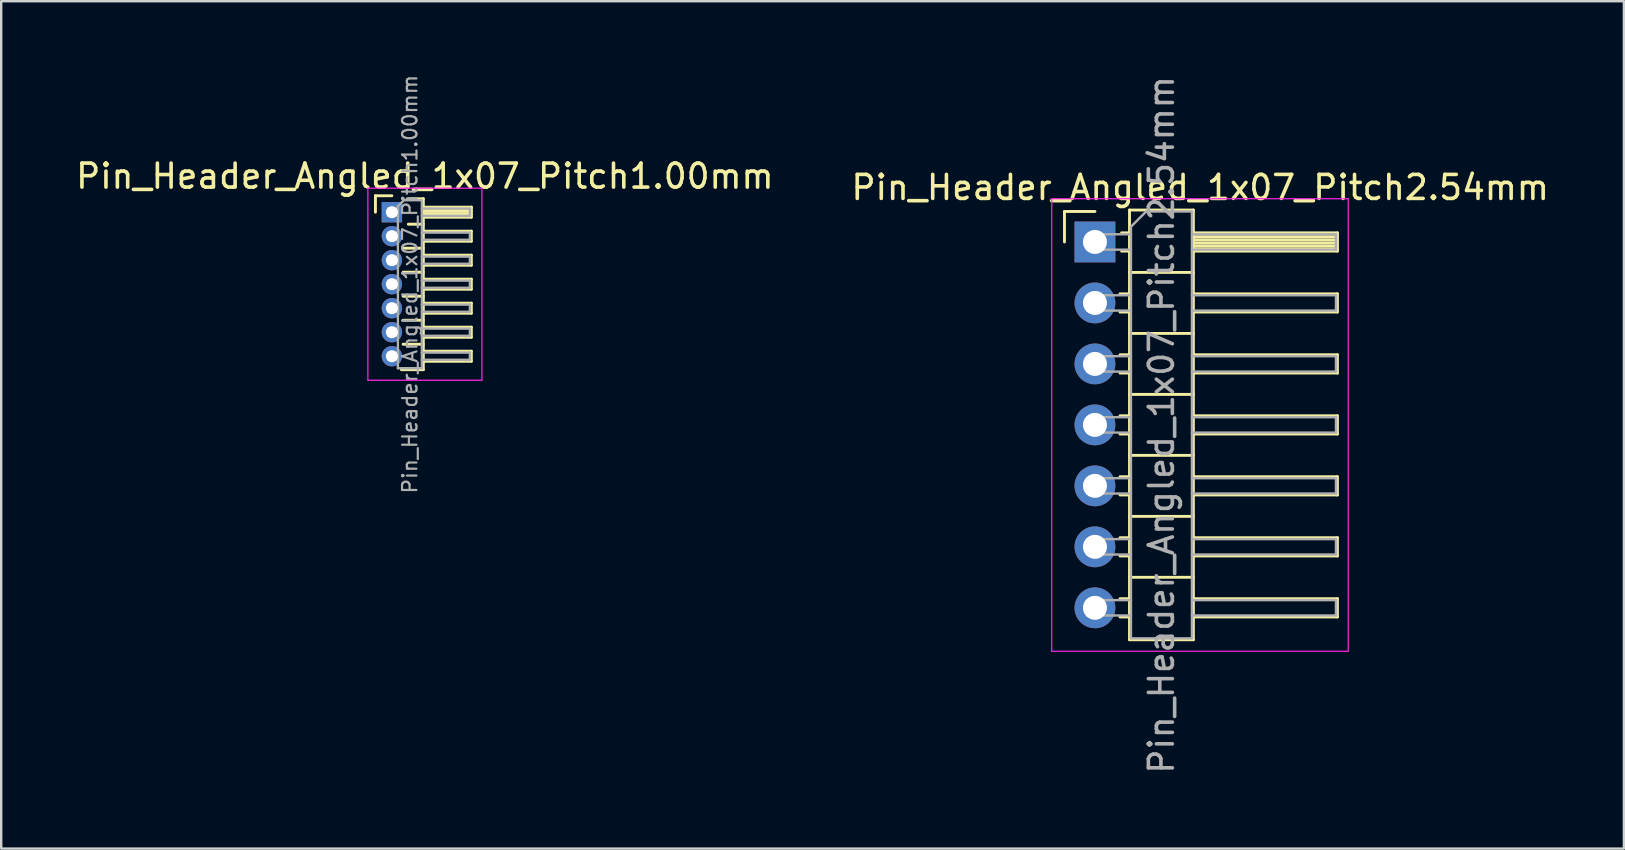
<source format=kicad_pcb>
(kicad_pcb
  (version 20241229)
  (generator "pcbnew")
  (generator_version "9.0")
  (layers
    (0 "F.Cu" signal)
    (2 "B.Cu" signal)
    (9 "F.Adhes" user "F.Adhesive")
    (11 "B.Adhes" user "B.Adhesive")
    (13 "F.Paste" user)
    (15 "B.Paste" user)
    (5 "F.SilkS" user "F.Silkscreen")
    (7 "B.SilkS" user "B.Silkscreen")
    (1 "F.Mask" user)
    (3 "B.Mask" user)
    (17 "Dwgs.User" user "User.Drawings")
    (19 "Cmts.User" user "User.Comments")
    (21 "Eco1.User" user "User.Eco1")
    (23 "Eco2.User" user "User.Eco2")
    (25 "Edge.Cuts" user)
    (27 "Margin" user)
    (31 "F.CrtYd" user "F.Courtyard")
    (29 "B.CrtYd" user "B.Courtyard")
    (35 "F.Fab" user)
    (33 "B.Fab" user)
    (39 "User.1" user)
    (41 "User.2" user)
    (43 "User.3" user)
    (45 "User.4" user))
  (footprint "Pin_Header_Angled_1x07_Pitch1.00mm"
    (layer "F.Cu")
    (at 13.274 5.789)
    (property "Reference" "Pin_Header_Angled_1x07_Pitch1.00mm" (at 1.375 -1.5 0) (layer "F.SilkS") (effects (font (size 1 1) (thickness 0.15))))
    (attr through_hole)
    (fp_line (start -0.685 -0.685) (end 0 -0.685) (stroke (width 0.12) (type solid)) (layer "F.SilkS"))
    (fp_line (start -0.685 0) (end -0.685 -0.685) (stroke (width 0.12) (type solid)) (layer "F.SilkS"))
    (fp_line (start 0.468 1.5) (end 1.31 1.5) (stroke (width 0.12) (type solid)) (layer "F.SilkS"))
    (fp_line (start 0.468 2.5) (end 1.31 2.5) (stroke (width 0.12) (type solid)) (layer "F.SilkS"))
    (fp_line (start 0.468 3.5) (end 1.31 3.5) (stroke (width 0.12) (type solid)) (layer "F.SilkS"))
    (fp_line (start 0.468 4.5) (end 1.31 4.5) (stroke (width 0.12) (type solid)) (layer "F.SilkS"))
    (fp_line (start 0.468 5.5) (end 1.31 5.5) (stroke (width 0.12) (type solid)) (layer "F.SilkS"))
    (fp_line (start 0.685 -0.56) (end 1.31 -0.56) (stroke (width 0.12) (type solid)) (layer "F.SilkS"))
    (fp_line (start 0.685 0.5) (end 1.31 0.5) (stroke (width 0.12) (type solid)) (layer "F.SilkS"))
    (fp_line (start 1.31 -0.56) (end 1.31 6.56) (stroke (width 0.12) (type solid)) (layer "F.SilkS"))
    (fp_line (start 1.31 -0.21) (end 3.31 -0.21) (stroke (width 0.12) (type solid)) (layer "F.SilkS"))
    (fp_line (start 1.31 -0.15) (end 3.31 -0.15) (stroke (width 0.12) (type solid)) (layer "F.SilkS"))
    (fp_line (start 1.31 -0.03) (end 3.31 -0.03) (stroke (width 0.12) (type solid)) (layer "F.SilkS"))
    (fp_line (start 1.31 0.09) (end 3.31 0.09) (stroke (width 0.12) (type solid)) (layer "F.SilkS"))
    (fp_line (start 1.31 0.79) (end 3.31 0.79) (stroke (width 0.12) (type solid)) (layer "F.SilkS"))
    (fp_line (start 1.31 1.79) (end 3.31 1.79) (stroke (width 0.12) (type solid)) (layer "F.SilkS"))
    (fp_line (start 1.31 2.79) (end 3.31 2.79) (stroke (width 0.12) (type solid)) (layer "F.SilkS"))
    (fp_line (start 1.31 3.79) (end 3.31 3.79) (stroke (width 0.12) (type solid)) (layer "F.SilkS"))
    (fp_line (start 1.31 4.79) (end 3.31 4.79) (stroke (width 0.12) (type solid)) (layer "F.SilkS"))
    (fp_line (start 1.31 5.79) (end 3.31 5.79) (stroke (width 0.12) (type solid)) (layer "F.SilkS"))
    (fp_line (start 1.31 6.56) (end 0.394 6.56) (stroke (width 0.12) (type solid)) (layer "F.SilkS"))
    (fp_line (start 3.31 -0.21) (end 3.31 0.21) (stroke (width 0.12) (type solid)) (layer "F.SilkS"))
    (fp_line (start 3.31 0.21) (end 1.31 0.21) (stroke (width 0.12) (type solid)) (layer "F.SilkS"))
    (fp_line (start 3.31 0.79) (end 3.31 1.21) (stroke (width 0.12) (type solid)) (layer "F.SilkS"))
    (fp_line (start 3.31 1.21) (end 1.31 1.21) (stroke (width 0.12) (type solid)) (layer "F.SilkS"))
    (fp_line (start 3.31 1.79) (end 3.31 2.21) (stroke (width 0.12) (type solid)) (layer "F.SilkS"))
    (fp_line (start 3.31 2.21) (end 1.31 2.21) (stroke (width 0.12) (type solid)) (layer "F.SilkS"))
    (fp_line (start 3.31 2.79) (end 3.31 3.21) (stroke (width 0.12) (type solid)) (layer "F.SilkS"))
    (fp_line (start 3.31 3.21) (end 1.31 3.21) (stroke (width 0.12) (type solid)) (layer "F.SilkS"))
    (fp_line (start 3.31 3.79) (end 3.31 4.21) (stroke (width 0.12) (type solid)) (layer "F.SilkS"))
    (fp_line (start 3.31 4.21) (end 1.31 4.21) (stroke (width 0.12) (type solid)) (layer "F.SilkS"))
    (fp_line (start 3.31 4.79) (end 3.31 5.21) (stroke (width 0.12) (type solid)) (layer "F.SilkS"))
    (fp_line (start 3.31 5.21) (end 1.31 5.21) (stroke (width 0.12) (type solid)) (layer "F.SilkS"))
    (fp_line (start 3.31 5.79) (end 3.31 6.21) (stroke (width 0.12) (type solid)) (layer "F.SilkS"))
    (fp_line (start 3.31 6.21) (end 1.31 6.21) (stroke (width 0.12) (type solid)) (layer "F.SilkS"))
    (fp_line (start -1 -1) (end -1 7) (stroke (width 0.05) (type solid)) (layer "F.CrtYd"))
    (fp_line (start -1 7) (end 3.75 7) (stroke (width 0.05) (type solid)) (layer "F.CrtYd"))
    (fp_line (start 3.75 -1) (end -1 -1) (stroke (width 0.05) (type solid)) (layer "F.CrtYd"))
    (fp_line (start 3.75 7) (end 3.75 -1) (stroke (width 0.05) (type solid)) (layer "F.CrtYd"))
    (fp_line (start -0.15 -0.15) (end -0.15 0.15) (stroke (width 0.1) (type solid)) (layer "F.Fab"))
    (fp_line (start -0.15 -0.15) (end 0.25 -0.15) (stroke (width 0.1) (type solid)) (layer "F.Fab"))
    (fp_line (start -0.15 0.15) (end 0.25 0.15) (stroke (width 0.1) (type solid)) (layer "F.Fab"))
    (fp_line (start -0.15 0.85) (end -0.15 1.15) (stroke (width 0.1) (type solid)) (layer "F.Fab"))
    (fp_line (start -0.15 0.85) (end 0.25 0.85) (stroke (width 0.1) (type solid)) (layer "F.Fab"))
    (fp_line (start -0.15 1.15) (end 0.25 1.15) (stroke (width 0.1) (type solid)) (layer "F.Fab"))
    (fp_line (start -0.15 1.85) (end -0.15 2.15) (stroke (width 0.1) (type solid)) (layer "F.Fab"))
    (fp_line (start -0.15 1.85) (end 0.25 1.85) (stroke (width 0.1) (type solid)) (layer "F.Fab"))
    (fp_line (start -0.15 2.15) (end 0.25 2.15) (stroke (width 0.1) (type solid)) (layer "F.Fab"))
    (fp_line (start -0.15 2.85) (end -0.15 3.15) (stroke (width 0.1) (type solid)) (layer "F.Fab"))
    (fp_line (start -0.15 2.85) (end 0.25 2.85) (stroke (width 0.1) (type solid)) (layer "F.Fab"))
    (fp_line (start -0.15 3.15) (end 0.25 3.15) (stroke (width 0.1) (type solid)) (layer "F.Fab"))
    (fp_line (start -0.15 3.85) (end -0.15 4.15) (stroke (width 0.1) (type solid)) (layer "F.Fab"))
    (fp_line (start -0.15 3.85) (end 0.25 3.85) (stroke (width 0.1) (type solid)) (layer "F.Fab"))
    (fp_line (start -0.15 4.15) (end 0.25 4.15) (stroke (width 0.1) (type solid)) (layer "F.Fab"))
    (fp_line (start -0.15 4.85) (end -0.15 5.15) (stroke (width 0.1) (type solid)) (layer "F.Fab"))
    (fp_line (start -0.15 4.85) (end 0.25 4.85) (stroke (width 0.1) (type solid)) (layer "F.Fab"))
    (fp_line (start -0.15 5.15) (end 0.25 5.15) (stroke (width 0.1) (type solid)) (layer "F.Fab"))
    (fp_line (start -0.15 5.85) (end -0.15 6.15) (stroke (width 0.1) (type solid)) (layer "F.Fab"))
    (fp_line (start -0.15 5.85) (end 0.25 5.85) (stroke (width 0.1) (type solid)) (layer "F.Fab"))
    (fp_line (start -0.15 6.15) (end 0.25 6.15) (stroke (width 0.1) (type solid)) (layer "F.Fab"))
    (fp_line (start 0.25 -0.25) (end 0.5 -0.5) (stroke (width 0.1) (type solid)) (layer "F.Fab"))
    (fp_line (start 0.25 6.5) (end 0.25 -0.25) (stroke (width 0.1) (type solid)) (layer "F.Fab"))
    (fp_line (start 0.5 -0.5) (end 1.25 -0.5) (stroke (width 0.1) (type solid)) (layer "F.Fab"))
    (fp_line (start 1.25 -0.5) (end 1.25 6.5) (stroke (width 0.1) (type solid)) (layer "F.Fab"))
    (fp_line (start 1.25 -0.15) (end 3.25 -0.15) (stroke (width 0.1) (type solid)) (layer "F.Fab"))
    (fp_line (start 1.25 0.15) (end 3.25 0.15) (stroke (width 0.1) (type solid)) (layer "F.Fab"))
    (fp_line (start 1.25 0.85) (end 3.25 0.85) (stroke (width 0.1) (type solid)) (layer "F.Fab"))
    (fp_line (start 1.25 1.15) (end 3.25 1.15) (stroke (width 0.1) (type solid)) (layer "F.Fab"))
    (fp_line (start 1.25 1.85) (end 3.25 1.85) (stroke (width 0.1) (type solid)) (layer "F.Fab"))
    (fp_line (start 1.25 2.15) (end 3.25 2.15) (stroke (width 0.1) (type solid)) (layer "F.Fab"))
    (fp_line (start 1.25 2.85) (end 3.25 2.85) (stroke (width 0.1) (type solid)) (layer "F.Fab"))
    (fp_line (start 1.25 3.15) (end 3.25 3.15) (stroke (width 0.1) (type solid)) (layer "F.Fab"))
    (fp_line (start 1.25 3.85) (end 3.25 3.85) (stroke (width 0.1) (type solid)) (layer "F.Fab"))
    (fp_line (start 1.25 4.15) (end 3.25 4.15) (stroke (width 0.1) (type solid)) (layer "F.Fab"))
    (fp_line (start 1.25 4.85) (end 3.25 4.85) (stroke (width 0.1) (type solid)) (layer "F.Fab"))
    (fp_line (start 1.25 5.15) (end 3.25 5.15) (stroke (width 0.1) (type solid)) (layer "F.Fab"))
    (fp_line (start 1.25 5.85) (end 3.25 5.85) (stroke (width 0.1) (type solid)) (layer "F.Fab"))
    (fp_line (start 1.25 6.15) (end 3.25 6.15) (stroke (width 0.1) (type solid)) (layer "F.Fab"))
    (fp_line (start 1.25 6.5) (end 0.25 6.5) (stroke (width 0.1) (type solid)) (layer "F.Fab"))
    (fp_line (start 3.25 -0.15) (end 3.25 0.15) (stroke (width 0.1) (type solid)) (layer "F.Fab"))
    (fp_line (start 3.25 0.85) (end 3.25 1.15) (stroke (width 0.1) (type solid)) (layer "F.Fab"))
    (fp_line (start 3.25 1.85) (end 3.25 2.15) (stroke (width 0.1) (type solid)) (layer "F.Fab"))
    (fp_line (start 3.25 2.85) (end 3.25 3.15) (stroke (width 0.1) (type solid)) (layer "F.Fab"))
    (fp_line (start 3.25 3.85) (end 3.25 4.15) (stroke (width 0.1) (type solid)) (layer "F.Fab"))
    (fp_line (start 3.25 4.85) (end 3.25 5.15) (stroke (width 0.1) (type solid)) (layer "F.Fab"))
    (fp_line (start 3.25 5.85) (end 3.25 6.15) (stroke (width 0.1) (type solid)) (layer "F.Fab"))
    (fp_text user "${REFERENCE}" (at 0.75 3 90) (layer "F.Fab") (effects (font (size 0.6 0.6) (thickness 0.09))))
    (pad "1" thru_hole rect (at 0 0) (size 0.85 0.85) (drill 0.5) (layers "*.Cu" "*.Mask"))
    (pad "2" thru_hole oval (at 0 1) (size 0.85 0.85) (drill 0.5) (layers "*.Cu" "*.Mask"))
    (pad "3" thru_hole oval (at 0 2) (size 0.85 0.85) (drill 0.5) (layers "*.Cu" "*.Mask"))
    (pad "4" thru_hole oval (at 0 3) (size 0.85 0.85) (drill 0.5) (layers "*.Cu" "*.Mask"))
    (pad "5" thru_hole oval (at 0 4) (size 0.85 0.85) (drill 0.5) (layers "*.Cu" "*.Mask"))
    (pad "6" thru_hole oval (at 0 5) (size 0.85 0.85) (drill 0.5) (layers "*.Cu" "*.Mask"))
    (pad "7" thru_hole oval (at 0 6) (size 0.85 0.85) (drill 0.5) (layers "*.Cu" "*.Mask")))
  (footprint "Pin_Header_Angled_1x07_Pitch2.54mm"
    (layer "F.Cu")
    (at 42.561 7.029)
    (property "Reference" "Pin_Header_Angled_1x07_Pitch2.54mm" (at 4.385 -2.27 0) (layer "F.SilkS") (effects (font (size 1 1) (thickness 0.15))))
    (attr through_hole)
    (fp_line (start -1.27 -1.27) (end 0 -1.27) (stroke (width 0.12) (type solid)) (layer "F.SilkS"))
    (fp_line (start -1.27 0) (end -1.27 -1.27) (stroke (width 0.12) (type solid)) (layer "F.SilkS"))
    (fp_line (start 1.043 2.16) (end 1.44 2.16) (stroke (width 0.12) (type solid)) (layer "F.SilkS"))
    (fp_line (start 1.043 2.92) (end 1.44 2.92) (stroke (width 0.12) (type solid)) (layer "F.SilkS"))
    (fp_line (start 1.043 4.7) (end 1.44 4.7) (stroke (width 0.12) (type solid)) (layer "F.SilkS"))
    (fp_line (start 1.043 5.46) (end 1.44 5.46) (stroke (width 0.12) (type solid)) (layer "F.SilkS"))
    (fp_line (start 1.043 7.24) (end 1.44 7.24) (stroke (width 0.12) (type solid)) (layer "F.SilkS"))
    (fp_line (start 1.043 8) (end 1.44 8) (stroke (width 0.12) (type solid)) (layer "F.SilkS"))
    (fp_line (start 1.043 9.78) (end 1.44 9.78) (stroke (width 0.12) (type solid)) (layer "F.SilkS"))
    (fp_line (start 1.043 10.54) (end 1.44 10.54) (stroke (width 0.12) (type solid)) (layer "F.SilkS"))
    (fp_line (start 1.043 12.32) (end 1.44 12.32) (stroke (width 0.12) (type solid)) (layer "F.SilkS"))
    (fp_line (start 1.043 13.08) (end 1.44 13.08) (stroke (width 0.12) (type solid)) (layer "F.SilkS"))
    (fp_line (start 1.043 14.86) (end 1.44 14.86) (stroke (width 0.12) (type solid)) (layer "F.SilkS"))
    (fp_line (start 1.043 15.62) (end 1.44 15.62) (stroke (width 0.12) (type solid)) (layer "F.SilkS"))
    (fp_line (start 1.11 -0.38) (end 1.44 -0.38) (stroke (width 0.12) (type solid)) (layer "F.SilkS"))
    (fp_line (start 1.11 0.38) (end 1.44 0.38) (stroke (width 0.12) (type solid)) (layer "F.SilkS"))
    (fp_line (start 1.44 -1.33) (end 1.44 16.57) (stroke (width 0.12) (type solid)) (layer "F.SilkS"))
    (fp_line (start 1.44 1.27) (end 4.1 1.27) (stroke (width 0.12) (type solid)) (layer "F.SilkS"))
    (fp_line (start 1.44 3.81) (end 4.1 3.81) (stroke (width 0.12) (type solid)) (layer "F.SilkS"))
    (fp_line (start 1.44 6.35) (end 4.1 6.35) (stroke (width 0.12) (type solid)) (layer "F.SilkS"))
    (fp_line (start 1.44 8.89) (end 4.1 8.89) (stroke (width 0.12) (type solid)) (layer "F.SilkS"))
    (fp_line (start 1.44 11.43) (end 4.1 11.43) (stroke (width 0.12) (type solid)) (layer "F.SilkS"))
    (fp_line (start 1.44 13.97) (end 4.1 13.97) (stroke (width 0.12) (type solid)) (layer "F.SilkS"))
    (fp_line (start 1.44 16.57) (end 4.1 16.57) (stroke (width 0.12) (type solid)) (layer "F.SilkS"))
    (fp_line (start 4.1 -1.33) (end 1.44 -1.33) (stroke (width 0.12) (type solid)) (layer "F.SilkS"))
    (fp_line (start 4.1 -0.38) (end 10.1 -0.38) (stroke (width 0.12) (type solid)) (layer "F.SilkS"))
    (fp_line (start 4.1 -0.32) (end 10.1 -0.32) (stroke (width 0.12) (type solid)) (layer "F.SilkS"))
    (fp_line (start 4.1 -0.2) (end 10.1 -0.2) (stroke (width 0.12) (type solid)) (layer "F.SilkS"))
    (fp_line (start 4.1 -0.08) (end 10.1 -0.08) (stroke (width 0.12) (type solid)) (layer "F.SilkS"))
    (fp_line (start 4.1 0.04) (end 10.1 0.04) (stroke (width 0.12) (type solid)) (layer "F.SilkS"))
    (fp_line (start 4.1 0.16) (end 10.1 0.16) (stroke (width 0.12) (type solid)) (layer "F.SilkS"))
    (fp_line (start 4.1 0.28) (end 10.1 0.28) (stroke (width 0.12) (type solid)) (layer "F.SilkS"))
    (fp_line (start 4.1 2.16) (end 10.1 2.16) (stroke (width 0.12) (type solid)) (layer "F.SilkS"))
    (fp_line (start 4.1 4.7) (end 10.1 4.7) (stroke (width 0.12) (type solid)) (layer "F.SilkS"))
    (fp_line (start 4.1 7.24) (end 10.1 7.24) (stroke (width 0.12) (type solid)) (layer "F.SilkS"))
    (fp_line (start 4.1 9.78) (end 10.1 9.78) (stroke (width 0.12) (type solid)) (layer "F.SilkS"))
    (fp_line (start 4.1 12.32) (end 10.1 12.32) (stroke (width 0.12) (type solid)) (layer "F.SilkS"))
    (fp_line (start 4.1 14.86) (end 10.1 14.86) (stroke (width 0.12) (type solid)) (layer "F.SilkS"))
    (fp_line (start 4.1 16.57) (end 4.1 -1.33) (stroke (width 0.12) (type solid)) (layer "F.SilkS"))
    (fp_line (start 10.1 -0.38) (end 10.1 0.38) (stroke (width 0.12) (type solid)) (layer "F.SilkS"))
    (fp_line (start 10.1 0.38) (end 4.1 0.38) (stroke (width 0.12) (type solid)) (layer "F.SilkS"))
    (fp_line (start 10.1 2.16) (end 10.1 2.92) (stroke (width 0.12) (type solid)) (layer "F.SilkS"))
    (fp_line (start 10.1 2.92) (end 4.1 2.92) (stroke (width 0.12) (type solid)) (layer "F.SilkS"))
    (fp_line (start 10.1 4.7) (end 10.1 5.46) (stroke (width 0.12) (type solid)) (layer "F.SilkS"))
    (fp_line (start 10.1 5.46) (end 4.1 5.46) (stroke (width 0.12) (type solid)) (layer "F.SilkS"))
    (fp_line (start 10.1 7.24) (end 10.1 8) (stroke (width 0.12) (type solid)) (layer "F.SilkS"))
    (fp_line (start 10.1 8) (end 4.1 8) (stroke (width 0.12) (type solid)) (layer "F.SilkS"))
    (fp_line (start 10.1 9.78) (end 10.1 10.54) (stroke (width 0.12) (type solid)) (layer "F.SilkS"))
    (fp_line (start 10.1 10.54) (end 4.1 10.54) (stroke (width 0.12) (type solid)) (layer "F.SilkS"))
    (fp_line (start 10.1 12.32) (end 10.1 13.08) (stroke (width 0.12) (type solid)) (layer "F.SilkS"))
    (fp_line (start 10.1 13.08) (end 4.1 13.08) (stroke (width 0.12) (type solid)) (layer "F.SilkS"))
    (fp_line (start 10.1 14.86) (end 10.1 15.62) (stroke (width 0.12) (type solid)) (layer "F.SilkS"))
    (fp_line (start 10.1 15.62) (end 4.1 15.62) (stroke (width 0.12) (type solid)) (layer "F.SilkS"))
    (fp_line (start -1.8 -1.8) (end -1.8 17.05) (stroke (width 0.05) (type solid)) (layer "F.CrtYd"))
    (fp_line (start -1.8 17.05) (end 10.55 17.05) (stroke (width 0.05) (type solid)) (layer "F.CrtYd"))
    (fp_line (start 10.55 -1.8) (end -1.8 -1.8) (stroke (width 0.05) (type solid)) (layer "F.CrtYd"))
    (fp_line (start 10.55 17.05) (end 10.55 -1.8) (stroke (width 0.05) (type solid)) (layer "F.CrtYd"))
    (fp_line (start -0.32 -0.32) (end -0.32 0.32) (stroke (width 0.1) (type solid)) (layer "F.Fab"))
    (fp_line (start -0.32 -0.32) (end 1.5 -0.32) (stroke (width 0.1) (type solid)) (layer "F.Fab"))
    (fp_line (start -0.32 0.32) (end 1.5 0.32) (stroke (width 0.1) (type solid)) (layer "F.Fab"))
    (fp_line (start -0.32 2.22) (end -0.32 2.86) (stroke (width 0.1) (type solid)) (layer "F.Fab"))
    (fp_line (start -0.32 2.22) (end 1.5 2.22) (stroke (width 0.1) (type solid)) (layer "F.Fab"))
    (fp_line (start -0.32 2.86) (end 1.5 2.86) (stroke (width 0.1) (type solid)) (layer "F.Fab"))
    (fp_line (start -0.32 4.76) (end -0.32 5.4) (stroke (width 0.1) (type solid)) (layer "F.Fab"))
    (fp_line (start -0.32 4.76) (end 1.5 4.76) (stroke (width 0.1) (type solid)) (layer "F.Fab"))
    (fp_line (start -0.32 5.4) (end 1.5 5.4) (stroke (width 0.1) (type solid)) (layer "F.Fab"))
    (fp_line (start -0.32 7.3) (end -0.32 7.94) (stroke (width 0.1) (type solid)) (layer "F.Fab"))
    (fp_line (start -0.32 7.3) (end 1.5 7.3) (stroke (width 0.1) (type solid)) (layer "F.Fab"))
    (fp_line (start -0.32 7.94) (end 1.5 7.94) (stroke (width 0.1) (type solid)) (layer "F.Fab"))
    (fp_line (start -0.32 9.84) (end -0.32 10.48) (stroke (width 0.1) (type solid)) (layer "F.Fab"))
    (fp_line (start -0.32 9.84) (end 1.5 9.84) (stroke (width 0.1) (type solid)) (layer "F.Fab"))
    (fp_line (start -0.32 10.48) (end 1.5 10.48) (stroke (width 0.1) (type solid)) (layer "F.Fab"))
    (fp_line (start -0.32 12.38) (end -0.32 13.02) (stroke (width 0.1) (type solid)) (layer "F.Fab"))
    (fp_line (start -0.32 12.38) (end 1.5 12.38) (stroke (width 0.1) (type solid)) (layer "F.Fab"))
    (fp_line (start -0.32 13.02) (end 1.5 13.02) (stroke (width 0.1) (type solid)) (layer "F.Fab"))
    (fp_line (start -0.32 14.92) (end -0.32 15.56) (stroke (width 0.1) (type solid)) (layer "F.Fab"))
    (fp_line (start -0.32 14.92) (end 1.5 14.92) (stroke (width 0.1) (type solid)) (layer "F.Fab"))
    (fp_line (start -0.32 15.56) (end 1.5 15.56) (stroke (width 0.1) (type solid)) (layer "F.Fab"))
    (fp_line (start 1.5 -0.635) (end 2.135 -1.27) (stroke (width 0.1) (type solid)) (layer "F.Fab"))
    (fp_line (start 1.5 16.51) (end 1.5 -0.635) (stroke (width 0.1) (type solid)) (layer "F.Fab"))
    (fp_line (start 2.135 -1.27) (end 4.04 -1.27) (stroke (width 0.1) (type solid)) (layer "F.Fab"))
    (fp_line (start 4.04 -1.27) (end 4.04 16.51) (stroke (width 0.1) (type solid)) (layer "F.Fab"))
    (fp_line (start 4.04 -0.32) (end 10.04 -0.32) (stroke (width 0.1) (type solid)) (layer "F.Fab"))
    (fp_line (start 4.04 0.32) (end 10.04 0.32) (stroke (width 0.1) (type solid)) (layer "F.Fab"))
    (fp_line (start 4.04 2.22) (end 10.04 2.22) (stroke (width 0.1) (type solid)) (layer "F.Fab"))
    (fp_line (start 4.04 2.86) (end 10.04 2.86) (stroke (width 0.1) (type solid)) (layer "F.Fab"))
    (fp_line (start 4.04 4.76) (end 10.04 4.76) (stroke (width 0.1) (type solid)) (layer "F.Fab"))
    (fp_line (start 4.04 5.4) (end 10.04 5.4) (stroke (width 0.1) (type solid)) (layer "F.Fab"))
    (fp_line (start 4.04 7.3) (end 10.04 7.3) (stroke (width 0.1) (type solid)) (layer "F.Fab"))
    (fp_line (start 4.04 7.94) (end 10.04 7.94) (stroke (width 0.1) (type solid)) (layer "F.Fab"))
    (fp_line (start 4.04 9.84) (end 10.04 9.84) (stroke (width 0.1) (type solid)) (layer "F.Fab"))
    (fp_line (start 4.04 10.48) (end 10.04 10.48) (stroke (width 0.1) (type solid)) (layer "F.Fab"))
    (fp_line (start 4.04 12.38) (end 10.04 12.38) (stroke (width 0.1) (type solid)) (layer "F.Fab"))
    (fp_line (start 4.04 13.02) (end 10.04 13.02) (stroke (width 0.1) (type solid)) (layer "F.Fab"))
    (fp_line (start 4.04 14.92) (end 10.04 14.92) (stroke (width 0.1) (type solid)) (layer "F.Fab"))
    (fp_line (start 4.04 15.56) (end 10.04 15.56) (stroke (width 0.1) (type solid)) (layer "F.Fab"))
    (fp_line (start 4.04 16.51) (end 1.5 16.51) (stroke (width 0.1) (type solid)) (layer "F.Fab"))
    (fp_line (start 10.04 -0.32) (end 10.04 0.32) (stroke (width 0.1) (type solid)) (layer "F.Fab"))
    (fp_line (start 10.04 2.22) (end 10.04 2.86) (stroke (width 0.1) (type solid)) (layer "F.Fab"))
    (fp_line (start 10.04 4.76) (end 10.04 5.4) (stroke (width 0.1) (type solid)) (layer "F.Fab"))
    (fp_line (start 10.04 7.3) (end 10.04 7.94) (stroke (width 0.1) (type solid)) (layer "F.Fab"))
    (fp_line (start 10.04 9.84) (end 10.04 10.48) (stroke (width 0.1) (type solid)) (layer "F.Fab"))
    (fp_line (start 10.04 12.38) (end 10.04 13.02) (stroke (width 0.1) (type solid)) (layer "F.Fab"))
    (fp_line (start 10.04 14.92) (end 10.04 15.56) (stroke (width 0.1) (type solid)) (layer "F.Fab"))
    (fp_text user "${REFERENCE}" (at 2.77 7.62 90) (layer "F.Fab") (effects (font (size 1 1) (thickness 0.15))))
    (pad "1" thru_hole rect (at 0 0) (size 1.7 1.7) (drill 1) (layers "*.Cu" "*.Mask"))
    (pad "2" thru_hole oval (at 0 2.54) (size 1.7 1.7) (drill 1) (layers "*.Cu" "*.Mask"))
    (pad "3" thru_hole oval (at 0 5.08) (size 1.7 1.7) (drill 1) (layers "*.Cu" "*.Mask"))
    (pad "4" thru_hole oval (at 0 7.62) (size 1.7 1.7) (drill 1) (layers "*.Cu" "*.Mask"))
    (pad "5" thru_hole oval (at 0 10.16) (size 1.7 1.7) (drill 1) (layers "*.Cu" "*.Mask"))
    (pad "6" thru_hole oval (at 0 12.7) (size 1.7 1.7) (drill 1) (layers "*.Cu" "*.Mask"))
    (pad "7" thru_hole oval (at 0 15.24) (size 1.7 1.7) (drill 1) (layers "*.Cu" "*.Mask")))
  (gr_rect
    (start -3 -3)
    (end 64.595 32.298)
    (stroke (width 0.1) (type default))
    (fill no)
    (layer "Edge.Cuts")))
</source>
